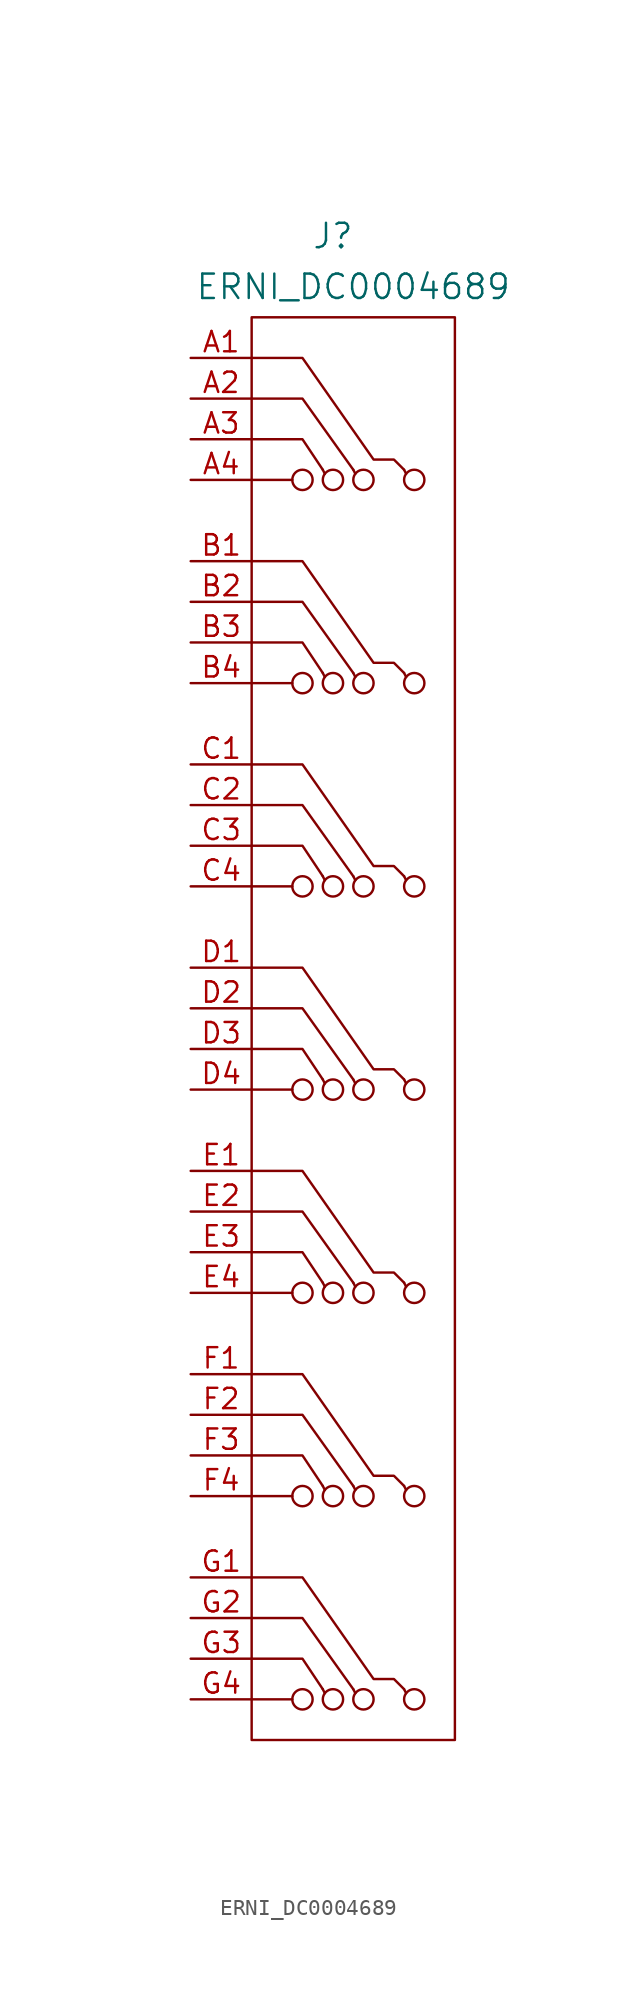
<source format=kicad_sym>
(kicad_symbol_lib
  (version 20231120)
  (generator "kicad_symbol_editor")
  (generator_version "8.0")
  (symbol "ERNI_DC0004689"
    (pin_names
      (offset 1.016) hide)
    (property "Reference" "J"
      (at -1.27 49.53 0)
      (effects (font (size 1.524 1.524))))
    (property "Value" "ERNI_DC0004689"
      (at 0 46.355 0)
      (effects (font (size 1.524 1.524))))
    (property "Footprint" ""
      (at -15.24 20.32 0)
      (effects (font (size 1.524 1.524))))
    (property "Datasheet" ""
      (at -15.24 20.32 0)
      (effects (font (size 1.524 1.524))))
    (symbol "ERNI_DC0004689_0_1"
      (rectangle (start -6.35 44.45) (end 6.35 -44.45) (stroke (width 0) (type default)) (fill (type none)))
      (circle (center -3.175 -41.91) (radius 0.635) (stroke (width 0) (type default)) (fill (type none)))
      (circle (center -3.175 -29.21) (radius 0.635) (stroke (width 0) (type default)) (fill (type none)))
      (circle (center -3.175 -16.51) (radius 0.635) (stroke (width 0) (type default)) (fill (type none)))
      (circle (center -3.175 -3.81) (radius 0.635) (stroke (width 0) (type default)) (fill (type none)))
      (circle (center -3.175 8.89) (radius 0.635) (stroke (width 0) (type default)) (fill (type none)))
      (circle (center -3.175 21.59) (radius 0.635) (stroke (width 0) (type default)) (fill (type none)))
      (circle (center -3.175 34.29) (radius 0.635) (stroke (width 0) (type default)) (fill (type none)))
      (circle (center -1.27 -41.91) (radius 0.635) (stroke (width 0) (type default)) (fill (type none)))
      (circle (center -1.27 -29.21) (radius 0.635) (stroke (width 0) (type default)) (fill (type none)))
      (circle (center -1.27 -16.51) (radius 0.635) (stroke (width 0) (type default)) (fill (type none)))
      (circle (center -1.27 -3.81) (radius 0.635) (stroke (width 0) (type default)) (fill (type none)))
      (circle (center -1.27 8.89) (radius 0.635) (stroke (width 0) (type default)) (fill (type none)))
      (circle (center -1.27 21.59) (radius 0.635) (stroke (width 0) (type default)) (fill (type none)))
      (circle (center -1.27 34.29) (radius 0.635) (stroke (width 0) (type default)) (fill (type none)))
      (polyline (pts (xy -6.35 -41.91) (xy -3.81 -41.91)) (stroke (width 0) (type default)) (fill (type none)))
      (polyline (pts (xy -6.35 -29.21) (xy -3.81 -29.21)) (stroke (width 0) (type default)) (fill (type none)))
      (polyline (pts (xy -6.35 -16.51) (xy -3.81 -16.51)) (stroke (width 0) (type default)) (fill (type none)))
      (polyline (pts (xy -6.35 -3.81) (xy -3.81 -3.81)) (stroke (width 0) (type default)) (fill (type none)))
      (polyline (pts (xy -6.35 8.89) (xy -3.81 8.89)) (stroke (width 0) (type default)) (fill (type none)))
      (polyline (pts (xy -6.35 21.59) (xy -3.81 21.59)) (stroke (width 0) (type default)) (fill (type none)))
      (polyline (pts (xy -6.35 34.29) (xy -3.81 34.29)) (stroke (width 0) (type default)) (fill (type none)))
      (polyline (pts (xy -1.905 -41.275) (xy -1.778 -41.529)) (stroke (width 0) (type default)) (fill (type none)))
      (polyline (pts (xy -1.905 -28.575) (xy -1.778 -28.829)) (stroke (width 0) (type default)) (fill (type none)))
      (polyline (pts (xy -1.905 -15.875) (xy -1.778 -16.129)) (stroke (width 0) (type default)) (fill (type none)))
      (polyline (pts (xy -1.905 -3.175) (xy -1.778 -3.429)) (stroke (width 0) (type default)) (fill (type none)))
      (polyline (pts (xy -1.905 9.525) (xy -1.778 9.271)) (stroke (width 0) (type default)) (fill (type none)))
      (polyline (pts (xy -1.905 22.225) (xy -1.778 21.971)) (stroke (width 0) (type default)) (fill (type none)))
      (polyline (pts (xy -1.905 34.925) (xy -1.778 34.671)) (stroke (width 0) (type default)) (fill (type none)))
      (polyline (pts (xy 0 -41.275) (xy 0.127 -41.529)) (stroke (width 0) (type default)) (fill (type none)))
      (polyline (pts (xy 0 -28.575) (xy 0.127 -28.829)) (stroke (width 0) (type default)) (fill (type none)))
      (polyline (pts (xy 0 -15.875) (xy 0.127 -16.129)) (stroke (width 0) (type default)) (fill (type none)))
      (polyline (pts (xy 0 -3.175) (xy 0.127 -3.429)) (stroke (width 0) (type default)) (fill (type none)))
      (polyline (pts (xy 0 9.525) (xy 0.127 9.271)) (stroke (width 0) (type default)) (fill (type none)))
      (polyline (pts (xy 0 22.225) (xy 0.127 21.971)) (stroke (width 0) (type default)) (fill (type none)))
      (polyline (pts (xy 0 34.925) (xy 0.127 34.671)) (stroke (width 0) (type default)) (fill (type none)))
      (polyline (pts (xy 3.175 -41.275) (xy 3.302 -41.529)) (stroke (width 0) (type default)) (fill (type none)))
      (polyline (pts (xy 3.175 -28.575) (xy 3.302 -28.829)) (stroke (width 0) (type default)) (fill (type none)))
      (polyline (pts (xy 3.175 -15.875) (xy 3.302 -16.129)) (stroke (width 0) (type default)) (fill (type none)))
      (polyline (pts (xy 3.175 -3.175) (xy 3.302 -3.429)) (stroke (width 0) (type default)) (fill (type none)))
      (polyline (pts (xy 3.175 9.525) (xy 3.302 9.271)) (stroke (width 0) (type default)) (fill (type none)))
      (polyline (pts (xy 3.175 22.225) (xy 3.302 21.971)) (stroke (width 0) (type default)) (fill (type none)))
      (polyline (pts (xy 3.175 34.925) (xy 3.302 34.671)) (stroke (width 0) (type default)) (fill (type none)))
      (polyline (pts (xy -6.35 -39.37) (xy -3.175 -39.37) (xy -1.905 -41.275)) (stroke (width 0) (type default)) (fill (type none)))
      (polyline (pts (xy -6.35 -36.83) (xy -3.175 -36.83) (xy 0 -41.275)) (stroke (width 0) (type default)) (fill (type none)))
      (polyline (pts (xy -6.35 -26.67) (xy -3.175 -26.67) (xy -1.905 -28.575)) (stroke (width 0) (type default)) (fill (type none)))
      (polyline (pts (xy -6.35 -24.13) (xy -3.175 -24.13) (xy 0 -28.575)) (stroke (width 0) (type default)) (fill (type none)))
      (polyline (pts (xy -6.35 -13.97) (xy -3.175 -13.97) (xy -1.905 -15.875)) (stroke (width 0) (type default)) (fill (type none)))
      (polyline (pts (xy -6.35 -11.43) (xy -3.175 -11.43) (xy 0 -15.875)) (stroke (width 0) (type default)) (fill (type none)))
      (polyline (pts (xy -6.35 -1.27) (xy -3.175 -1.27) (xy -1.905 -3.175)) (stroke (width 0) (type default)) (fill (type none)))
      (polyline (pts (xy -6.35 1.27) (xy -3.175 1.27) (xy 0 -3.175)) (stroke (width 0) (type default)) (fill (type none)))
      (polyline (pts (xy -6.35 11.43) (xy -3.175 11.43) (xy -1.905 9.525)) (stroke (width 0) (type default)) (fill (type none)))
      (polyline (pts (xy -6.35 13.97) (xy -3.175 13.97) (xy 0 9.525)) (stroke (width 0) (type default)) (fill (type none)))
      (polyline (pts (xy -6.35 24.13) (xy -3.175 24.13) (xy -1.905 22.225)) (stroke (width 0) (type default)) (fill (type none)))
      (polyline (pts (xy -6.35 26.67) (xy -3.175 26.67) (xy 0 22.225)) (stroke (width 0) (type default)) (fill (type none)))
      (polyline (pts (xy -6.35 36.83) (xy -3.175 36.83) (xy -1.905 34.925)) (stroke (width 0) (type default)) (fill (type none)))
      (polyline (pts (xy -6.35 39.37) (xy -3.175 39.37) (xy 0 34.925)) (stroke (width 0) (type default)) (fill (type none)))
      (polyline (pts (xy -6.35 -34.29) (xy -3.175 -34.29) (xy 1.27 -40.64) (xy 2.54 -40.64) (xy 3.175 -41.275)) (stroke (width 0) (type default)) (fill (type none)))
      (polyline (pts (xy -6.35 -21.59) (xy -3.175 -21.59) (xy 1.27 -27.94) (xy 2.54 -27.94) (xy 3.175 -28.575)) (stroke (width 0) (type default)) (fill (type none)))
      (polyline (pts (xy -6.35 -8.89) (xy -3.175 -8.89) (xy 1.27 -15.24) (xy 2.54 -15.24) (xy 3.175 -15.875)) (stroke (width 0) (type default)) (fill (type none)))
      (polyline (pts (xy -6.35 3.81) (xy -3.175 3.81) (xy 1.27 -2.54) (xy 2.54 -2.54) (xy 3.175 -3.175)) (stroke (width 0) (type default)) (fill (type none)))
      (polyline (pts (xy -6.35 16.51) (xy -3.175 16.51) (xy 1.27 10.16) (xy 2.54 10.16) (xy 3.175 9.525)) (stroke (width 0) (type default)) (fill (type none)))
      (polyline (pts (xy -6.35 29.21) (xy -3.175 29.21) (xy 1.27 22.86) (xy 2.54 22.86) (xy 3.175 22.225)) (stroke (width 0) (type default)) (fill (type none)))
      (polyline (pts (xy -6.35 41.91) (xy -3.175 41.91) (xy 1.27 35.56) (xy 2.54 35.56) (xy 3.175 34.925)) (stroke (width 0) (type default)) (fill (type none)))
      (circle (center 0.635 -41.91) (radius 0.635) (stroke (width 0) (type default)) (fill (type none)))
      (circle (center 0.635 -29.21) (radius 0.635) (stroke (width 0) (type default)) (fill (type none)))
      (circle (center 0.635 -16.51) (radius 0.635) (stroke (width 0) (type default)) (fill (type none)))
      (circle (center 0.635 -3.81) (radius 0.635) (stroke (width 0) (type default)) (fill (type none)))
      (circle (center 0.635 8.89) (radius 0.635) (stroke (width 0) (type default)) (fill (type none)))
      (circle (center 0.635 21.59) (radius 0.635) (stroke (width 0) (type default)) (fill (type none)))
      (circle (center 0.635 34.29) (radius 0.635) (stroke (width 0) (type default)) (fill (type none)))
      (circle (center 3.81 -41.91) (radius 0.635) (stroke (width 0) (type default)) (fill (type none)))
      (circle (center 3.81 -29.21) (radius 0.635) (stroke (width 0) (type default)) (fill (type none)))
      (circle (center 3.81 -16.51) (radius 0.635) (stroke (width 0) (type default)) (fill (type none)))
      (circle (center 3.81 -3.81) (radius 0.635) (stroke (width 0) (type default)) (fill (type none)))
      (circle (center 3.81 8.89) (radius 0.635) (stroke (width 0) (type default)) (fill (type none)))
      (circle (center 3.81 21.59) (radius 0.635) (stroke (width 0) (type default)) (fill (type none)))
      (circle (center 3.81 34.29) (radius 0.635) (stroke (width 0) (type default)) (fill (type none))))
    (symbol "ERNI_DC0004689_1_1"
      (pin input line (at -10.16 41.91 0) (length 3.81) (name "A1" (effects (font (size 1.27 1.27)))) (number "A1" (effects (font (size 1.27 1.27)))))
      (pin input line (at -10.16 39.37 0) (length 3.81) (name "A2" (effects (font (size 1.27 1.27)))) (number "A2" (effects (font (size 1.27 1.27)))))
      (pin input line (at -10.16 36.83 0) (length 3.81) (name "A3" (effects (font (size 1.27 1.27)))) (number "A3" (effects (font (size 1.27 1.27)))))
      (pin input line (at -10.16 34.29 0) (length 3.81) (name "A4" (effects (font (size 1.27 1.27)))) (number "A4" (effects (font (size 1.27 1.27)))))
      (pin input line (at -10.16 29.21 0) (length 3.81) (name "B1" (effects (font (size 1.27 1.27)))) (number "B1" (effects (font (size 1.27 1.27)))))
      (pin input line (at -10.16 26.67 0) (length 3.81) (name "B2" (effects (font (size 1.27 1.27)))) (number "B2" (effects (font (size 1.27 1.27)))))
      (pin input line (at -10.16 24.13 0) (length 3.81) (name "B3" (effects (font (size 1.27 1.27)))) (number "B3" (effects (font (size 1.27 1.27)))))
      (pin input line (at -10.16 21.59 0) (length 3.81) (name "B4" (effects (font (size 1.27 1.27)))) (number "B4" (effects (font (size 1.27 1.27)))))
      (pin input line (at -10.16 16.51 0) (length 3.81) (name "C1" (effects (font (size 1.27 1.27)))) (number "C1" (effects (font (size 1.27 1.27)))))
      (pin input line (at -10.16 13.97 0) (length 3.81) (name "C2" (effects (font (size 1.27 1.27)))) (number "C2" (effects (font (size 1.27 1.27)))))
      (pin input line (at -10.16 11.43 0) (length 3.81) (name "C3" (effects (font (size 1.27 1.27)))) (number "C3" (effects (font (size 1.27 1.27)))))
      (pin input line (at -10.16 8.89 0) (length 3.81) (name "C4" (effects (font (size 1.27 1.27)))) (number "C4" (effects (font (size 1.27 1.27)))))
      (pin input line (at -10.16 3.81 0) (length 3.81) (name "D1" (effects (font (size 1.27 1.27)))) (number "D1" (effects (font (size 1.27 1.27)))))
      (pin input line (at -10.16 1.27 0) (length 3.81) (name "D2" (effects (font (size 1.27 1.27)))) (number "D2" (effects (font (size 1.27 1.27)))))
      (pin input line (at -10.16 -1.27 0) (length 3.81) (name "D3" (effects (font (size 1.27 1.27)))) (number "D3" (effects (font (size 1.27 1.27)))))
      (pin input line (at -10.16 -3.81 0) (length 3.81) (name "D4" (effects (font (size 1.27 1.27)))) (number "D4" (effects (font (size 1.27 1.27)))))
      (pin input line (at -10.16 -8.89 0) (length 3.81) (name "E1" (effects (font (size 1.27 1.27)))) (number "E1" (effects (font (size 1.27 1.27)))))
      (pin input line (at -10.16 -11.43 0) (length 3.81) (name "E2" (effects (font (size 1.27 1.27)))) (number "E2" (effects (font (size 1.27 1.27)))))
      (pin input line (at -10.16 -13.97 0) (length 3.81) (name "E3" (effects (font (size 1.27 1.27)))) (number "E3" (effects (font (size 1.27 1.27)))))
      (pin input line (at -10.16 -16.51 0) (length 3.81) (name "E4" (effects (font (size 1.27 1.27)))) (number "E4" (effects (font (size 1.27 1.27)))))
      (pin input line (at -10.16 -21.59 0) (length 3.81) (name "F1" (effects (font (size 1.27 1.27)))) (number "F1" (effects (font (size 1.27 1.27)))))
      (pin input line (at -10.16 -24.13 0) (length 3.81) (name "F2" (effects (font (size 1.27 1.27)))) (number "F2" (effects (font (size 1.27 1.27)))))
      (pin input line (at -10.16 -26.67 0) (length 3.81) (name "F3" (effects (font (size 1.27 1.27)))) (number "F3" (effects (font (size 1.27 1.27)))))
      (pin input line (at -10.16 -29.21 0) (length 3.81) (name "F4" (effects (font (size 1.27 1.27)))) (number "F4" (effects (font (size 1.27 1.27)))))
      (pin input line (at -10.16 -34.29 0) (length 3.81) (name "G1" (effects (font (size 1.27 1.27)))) (number "G1" (effects (font (size 1.27 1.27)))))
      (pin input line (at -10.16 -36.83 0) (length 3.81) (name "G2" (effects (font (size 1.27 1.27)))) (number "G2" (effects (font (size 1.27 1.27)))))
      (pin input line (at -10.16 -39.37 0) (length 3.81) (name "G3" (effects (font (size 1.27 1.27)))) (number "G3" (effects (font (size 1.27 1.27)))))
      (pin input line (at -10.16 -41.91 0) (length 3.81) (name "G4" (effects (font (size 1.27 1.27)))) (number "G4" (effects (font (size 1.27 1.27))))))))
</source>
